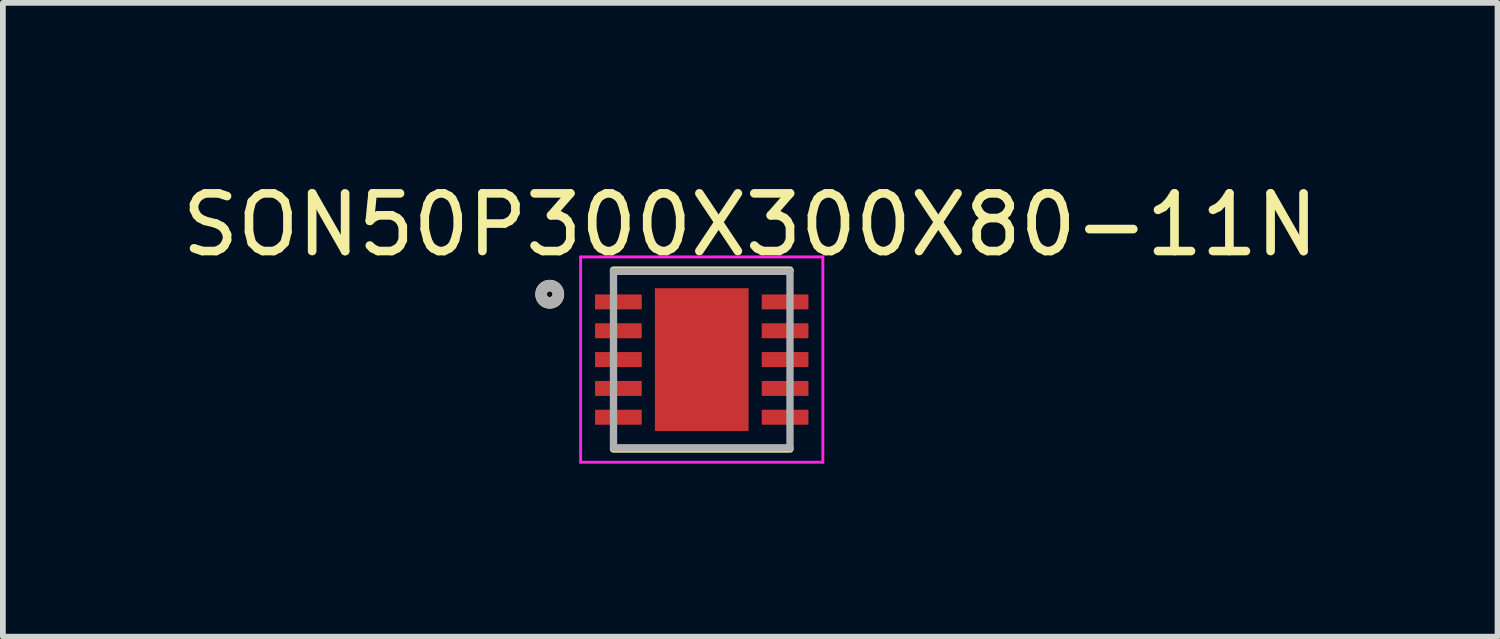
<source format=kicad_pcb>
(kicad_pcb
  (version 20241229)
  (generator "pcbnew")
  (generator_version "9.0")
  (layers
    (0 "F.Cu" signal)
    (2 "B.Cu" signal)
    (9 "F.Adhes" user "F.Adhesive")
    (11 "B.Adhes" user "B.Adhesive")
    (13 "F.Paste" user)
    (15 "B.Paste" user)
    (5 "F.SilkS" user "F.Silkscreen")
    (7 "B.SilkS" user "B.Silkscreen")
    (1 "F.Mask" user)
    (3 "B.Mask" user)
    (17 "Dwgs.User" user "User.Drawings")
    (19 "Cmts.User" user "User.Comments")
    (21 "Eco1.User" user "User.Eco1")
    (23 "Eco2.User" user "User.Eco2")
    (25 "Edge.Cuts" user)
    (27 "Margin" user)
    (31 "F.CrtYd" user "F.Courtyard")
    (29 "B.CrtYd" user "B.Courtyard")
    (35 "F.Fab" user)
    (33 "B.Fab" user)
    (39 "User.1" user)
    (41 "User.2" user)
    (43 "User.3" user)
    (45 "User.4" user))
  (footprint "SON50P300X300X80-11N"
    (layer "F.Cu")
    (at 9.118 3.185)
    (property "Reference" "SON50P300X300X80-11N" (at 0.84 -2.337 0) (layer "F.SilkS") (effects (font (size 1 1) (thickness 0.15))))
    (attr through_hole)
    (fp_line (start -1.53 -1.551) (end 1.53 -1.551) (stroke (width 0.127) (type solid)) (layer "F.SilkS"))
    (fp_line (start -1.53 1.551) (end 1.53 1.551) (stroke (width 0.127) (type solid)) (layer "F.SilkS"))
    (fp_circle (center -2.636 -1.133) (end -2.486 -1.133) (stroke (width 0.2) (type solid)) (fill no) (layer "F.SilkS"))
    (fp_poly (pts (xy -0.625 -1.045) (xy -0.095 -1.045) (xy -0.095 -0.095) (xy -0.625 -0.095)) (stroke (width 0.01) (type solid)) (fill yes) (layer "F.Paste"))
    (fp_poly (pts (xy -0.625 0.095) (xy -0.095 0.095) (xy -0.095 1.045) (xy -0.625 1.045)) (stroke (width 0.01) (type solid)) (fill yes) (layer "F.Paste"))
    (fp_poly (pts (xy 0.095 -1.045) (xy 0.625 -1.045) (xy 0.625 -0.095) (xy 0.095 -0.095)) (stroke (width 0.01) (type solid)) (fill yes) (layer "F.Paste"))
    (fp_poly (pts (xy 0.095 0.095) (xy 0.625 0.095) (xy 0.625 1.045) (xy 0.095 1.045)) (stroke (width 0.01) (type solid)) (fill yes) (layer "F.Paste"))
    (fp_line (start -2.1 -1.78) (end -2.1 1.78) (stroke (width 0.05) (type solid)) (layer "F.CrtYd"))
    (fp_line (start -2.1 -1.78) (end 2.1 -1.78) (stroke (width 0.05) (type solid)) (layer "F.CrtYd"))
    (fp_line (start -2.1 1.78) (end 2.1 1.78) (stroke (width 0.05) (type solid)) (layer "F.CrtYd"))
    (fp_line (start 2.1 -1.78) (end 2.1 1.78) (stroke (width 0.05) (type solid)) (layer "F.CrtYd"))
    (fp_line (start -1.53 -1.53) (end -1.53 1.53) (stroke (width 0.127) (type solid)) (layer "F.Fab"))
    (fp_line (start -1.53 -1.53) (end 1.53 -1.53) (stroke (width 0.127) (type solid)) (layer "F.Fab"))
    (fp_line (start -1.53 1.53) (end 1.53 1.53) (stroke (width 0.127) (type solid)) (layer "F.Fab"))
    (fp_line (start 1.53 -1.53) (end 1.53 1.53) (stroke (width 0.127) (type solid)) (layer "F.Fab"))
    (fp_circle (center -2.636 -1.133) (end -2.486 -1.133) (stroke (width 0.2) (type solid)) (fill no) (layer "F.Fab"))
    (pad "1" smd roundrect (at -1.445 -1) (size 0.81 0.26) (layers "F.Cu" "F.Mask" "F.Paste") (roundrect_rratio 0.03))
    (pad "2" smd roundrect (at -1.445 -0.5) (size 0.81 0.26) (layers "F.Cu" "F.Mask" "F.Paste") (roundrect_rratio 0.03))
    (pad "3" smd roundrect (at -1.445 0) (size 0.81 0.26) (layers "F.Cu" "F.Mask" "F.Paste") (roundrect_rratio 0.03))
    (pad "4" smd roundrect (at -1.445 0.5) (size 0.81 0.26) (layers "F.Cu" "F.Mask" "F.Paste") (roundrect_rratio 0.03))
    (pad "5" smd roundrect (at -1.445 1) (size 0.81 0.26) (layers "F.Cu" "F.Mask" "F.Paste") (roundrect_rratio 0.03))
    (pad "6" smd roundrect (at 1.445 1) (size 0.81 0.26) (layers "F.Cu" "F.Mask" "F.Paste") (roundrect_rratio 0.03))
    (pad "7" smd roundrect (at 1.445 0.5) (size 0.81 0.26) (layers "F.Cu" "F.Mask" "F.Paste") (roundrect_rratio 0.03))
    (pad "8" smd roundrect (at 1.445 0) (size 0.81 0.26) (layers "F.Cu" "F.Mask" "F.Paste") (roundrect_rratio 0.03))
    (pad "9" smd roundrect (at 1.445 -0.5) (size 0.81 0.26) (layers "F.Cu" "F.Mask" "F.Paste") (roundrect_rratio 0.03))
    (pad "10" smd roundrect (at 1.445 -1) (size 0.81 0.26) (layers "F.Cu" "F.Mask" "F.Paste") (roundrect_rratio 0.03))
    (pad "11" smd rect (at 0 0) (size 1.625 2.475) (layers "F.Cu" "F.Mask")))
  (gr_rect
    (start -3 -3)
    (end 22.917 7.99)
    (stroke (width 0.1) (type default))
    (fill no)
    (layer "Edge.Cuts")))
</source>
